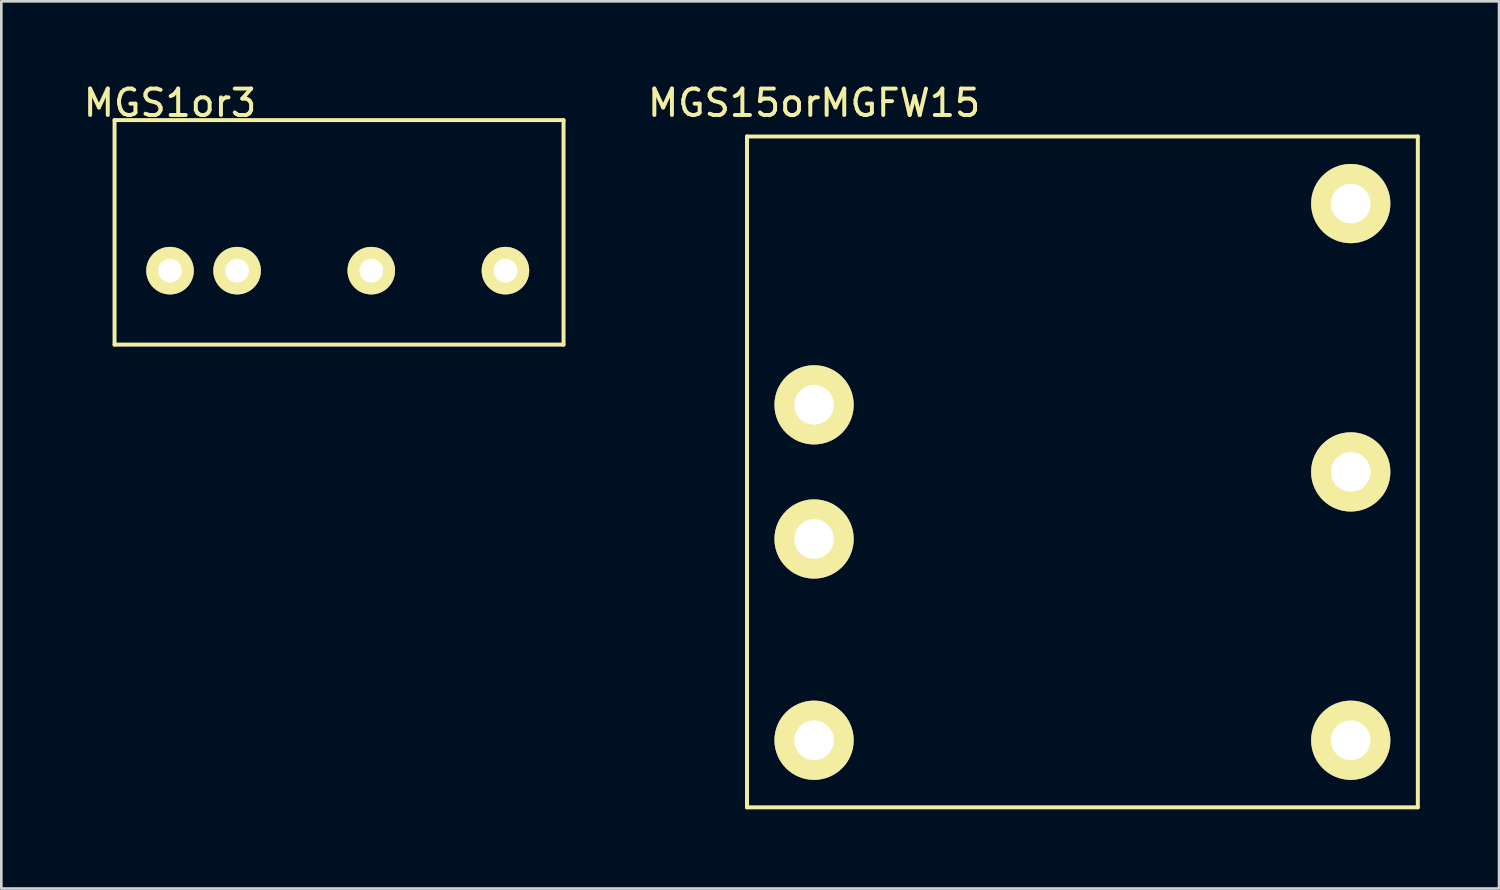
<source format=kicad_pcb>
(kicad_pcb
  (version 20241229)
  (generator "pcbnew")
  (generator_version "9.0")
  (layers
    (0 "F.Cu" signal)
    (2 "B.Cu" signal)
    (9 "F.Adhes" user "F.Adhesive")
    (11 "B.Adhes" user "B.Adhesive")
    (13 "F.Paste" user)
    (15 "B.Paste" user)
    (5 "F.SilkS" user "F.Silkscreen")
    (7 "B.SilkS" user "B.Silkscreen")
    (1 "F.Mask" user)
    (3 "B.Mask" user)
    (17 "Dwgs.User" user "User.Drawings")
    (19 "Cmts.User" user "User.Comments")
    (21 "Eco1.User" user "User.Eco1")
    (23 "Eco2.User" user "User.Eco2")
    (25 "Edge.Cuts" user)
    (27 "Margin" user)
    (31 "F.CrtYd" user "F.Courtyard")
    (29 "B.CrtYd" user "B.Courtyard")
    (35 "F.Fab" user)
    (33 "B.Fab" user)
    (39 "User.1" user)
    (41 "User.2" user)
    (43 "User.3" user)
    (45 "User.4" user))
  (footprint "MGS15orMGFW15"
    (layer "F.Cu")
    (at 27.773 24.978)
    (property "Reference" "MGS15orMGFW15" (at 0 -24.13 0) (layer "F.SilkS") (effects (font (size 1 1) (thickness 0.15))))
    (attr through_hole)
    (fp_line (start -2.54 -22.86) (end -2.54 2.54) (stroke (width 0.15) (type solid)) (layer "F.SilkS"))
    (fp_line (start -2.54 2.54) (end 22.86 2.54) (stroke (width 0.15) (type solid)) (layer "F.SilkS"))
    (fp_line (start 22.86 -22.86) (end -2.54 -22.86) (stroke (width 0.15) (type solid)) (layer "F.SilkS"))
    (fp_line (start 22.86 2.54) (end 22.86 -22.86) (stroke (width 0.15) (type solid)) (layer "F.SilkS"))
    (pad "1" thru_hole circle (at 0 0) (size 3 3) (drill 1.5) (layers "*.Cu" "*.Mask" "F.SilkS"))
    (pad "2" thru_hole circle (at 0 -7.62) (size 3 3) (drill 1.5) (layers "*.Cu" "*.Mask" "F.SilkS"))
    (pad "3" thru_hole circle (at 0 -12.7) (size 3 3) (drill 1.5) (layers "*.Cu" "*.Mask" "F.SilkS"))
    (pad "4" thru_hole circle (at 20.32 -20.32) (size 3 3) (drill 1.5) (layers "*.Cu" "*.Mask" "F.SilkS"))
    (pad "5" thru_hole circle (at 20.32 -10.16) (size 3 3) (drill 1.5) (layers "*.Cu" "*.Mask" "F.SilkS"))
    (pad "6" thru_hole circle (at 20.32 0) (size 3 3) (drill 1.5) (layers "*.Cu" "*.Mask" "F.SilkS")))
  (footprint "MGS1or3"
    (layer "F.Cu")
    (at 3.387 7.198)
    (property "Reference" "MGS1or3" (at 0 -6.35 0) (layer "F.SilkS") (effects (font (size 1 1) (thickness 0.15))))
    (attr through_hole)
    (fp_line (start -2.1 -5.7) (end -2.1 2.8) (stroke (width 0.15) (type solid)) (layer "F.SilkS"))
    (fp_line (start -2.1 2.8) (end 14.9 2.8) (stroke (width 0.15) (type solid)) (layer "F.SilkS"))
    (fp_line (start 14.9 -5.7) (end -2.1 -5.7) (stroke (width 0.15) (type solid)) (layer "F.SilkS"))
    (fp_line (start 14.9 2.8) (end 14.9 -5.7) (stroke (width 0.15) (type solid)) (layer "F.SilkS"))
    (pad "1" thru_hole circle (at 0 0) (size 1.8 1.8) (drill 0.9) (layers "*.Cu" "*.Mask" "F.SilkS"))
    (pad "2" thru_hole circle (at 2.54 0) (size 1.8 1.8) (drill 0.9) (layers "*.Cu" "*.Mask" "F.SilkS"))
    (pad "3" thru_hole circle (at 7.62 0) (size 1.8 1.8) (drill 0.9) (layers "*.Cu" "*.Mask" "F.SilkS"))
    (pad "4" thru_hole circle (at 12.7 0) (size 1.8 1.8) (drill 0.9) (layers "*.Cu" "*.Mask" "F.SilkS")))
  (gr_rect
    (start -3 -3)
    (end 53.708 30.593)
    (stroke (width 0.1) (type default))
    (fill no)
    (layer "Edge.Cuts")))
</source>
